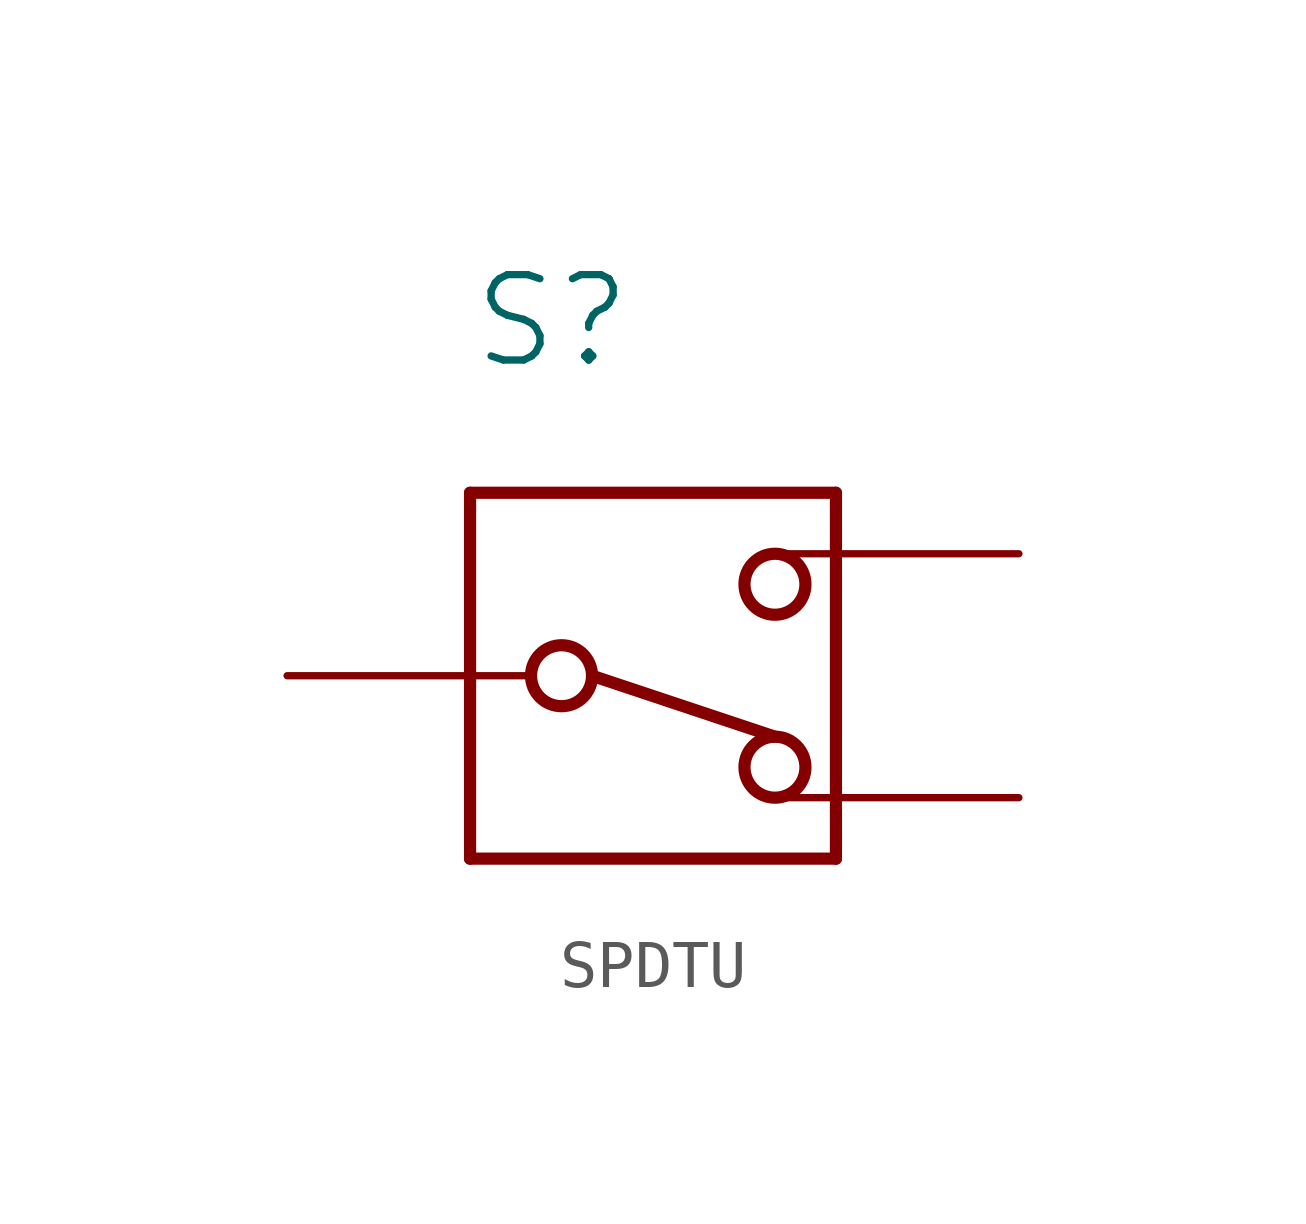
<source format=kicad_sym>
(kicad_symbol_lib
  (version 20231120)
  (generator "kicad_symbol_editor")
  (generator_version "8.0")
  (symbol "SPDTU"
    (property "Reference" "S"
      (at -3.81 6.35 0)
      (effects (font (size 1.778 1.778)) (justify left bottom)))
    (property "Value" ""
      (at -3.81 4.445 0)
      (effects (font (size 1.778 1.778)) (justify left bottom)))
    (property "ki_locked" ""
      (at 0 0 0)
      (effects (font (size 1.27 1.27))))
    (symbol "SPDTU_1_0"
      (circle (center -1.905 0) (radius 0.635) (stroke (width 0.254) (type solid)) (fill (type none)))
      (polyline (pts (xy -3.81 -3.81) (xy 3.81 -3.81)) (stroke (width 0.254) (type solid)) (fill (type none)))
      (polyline (pts (xy -3.81 3.81) (xy -3.81 -3.81)) (stroke (width 0.254) (type solid)) (fill (type none)))
      (polyline (pts (xy -1.27 0) (xy 2.54 -1.27)) (stroke (width 0.254) (type solid)) (fill (type none)))
      (polyline (pts (xy 3.81 -3.81) (xy 3.81 3.81)) (stroke (width 0.254) (type solid)) (fill (type none)))
      (polyline (pts (xy 3.81 3.81) (xy -3.81 3.81)) (stroke (width 0.254) (type solid)) (fill (type none)))
      (circle (center 2.54 -1.905) (radius 0.635) (stroke (width 0.254) (type solid)) (fill (type none)))
      (circle (center 2.54 1.905) (radius 0.635) (stroke (width 0.254) (type solid)) (fill (type none)))
      (pin passive line (at 7.62 2.54 180) (length 5.08) (name "P$1" (effects (font (size 0 0)))) (number "P$1" (effects (font (size 0 0)))))
      (pin passive line (at -7.62 0 0) (length 5.08) (name "P$2" (effects (font (size 0 0)))) (number "P$2" (effects (font (size 0 0)))))
      (pin passive line (at 7.62 -2.54 180) (length 5.08) (name "P$3" (effects (font (size 0 0)))) (number "P$3" (effects (font (size 0 0))))))))
</source>
